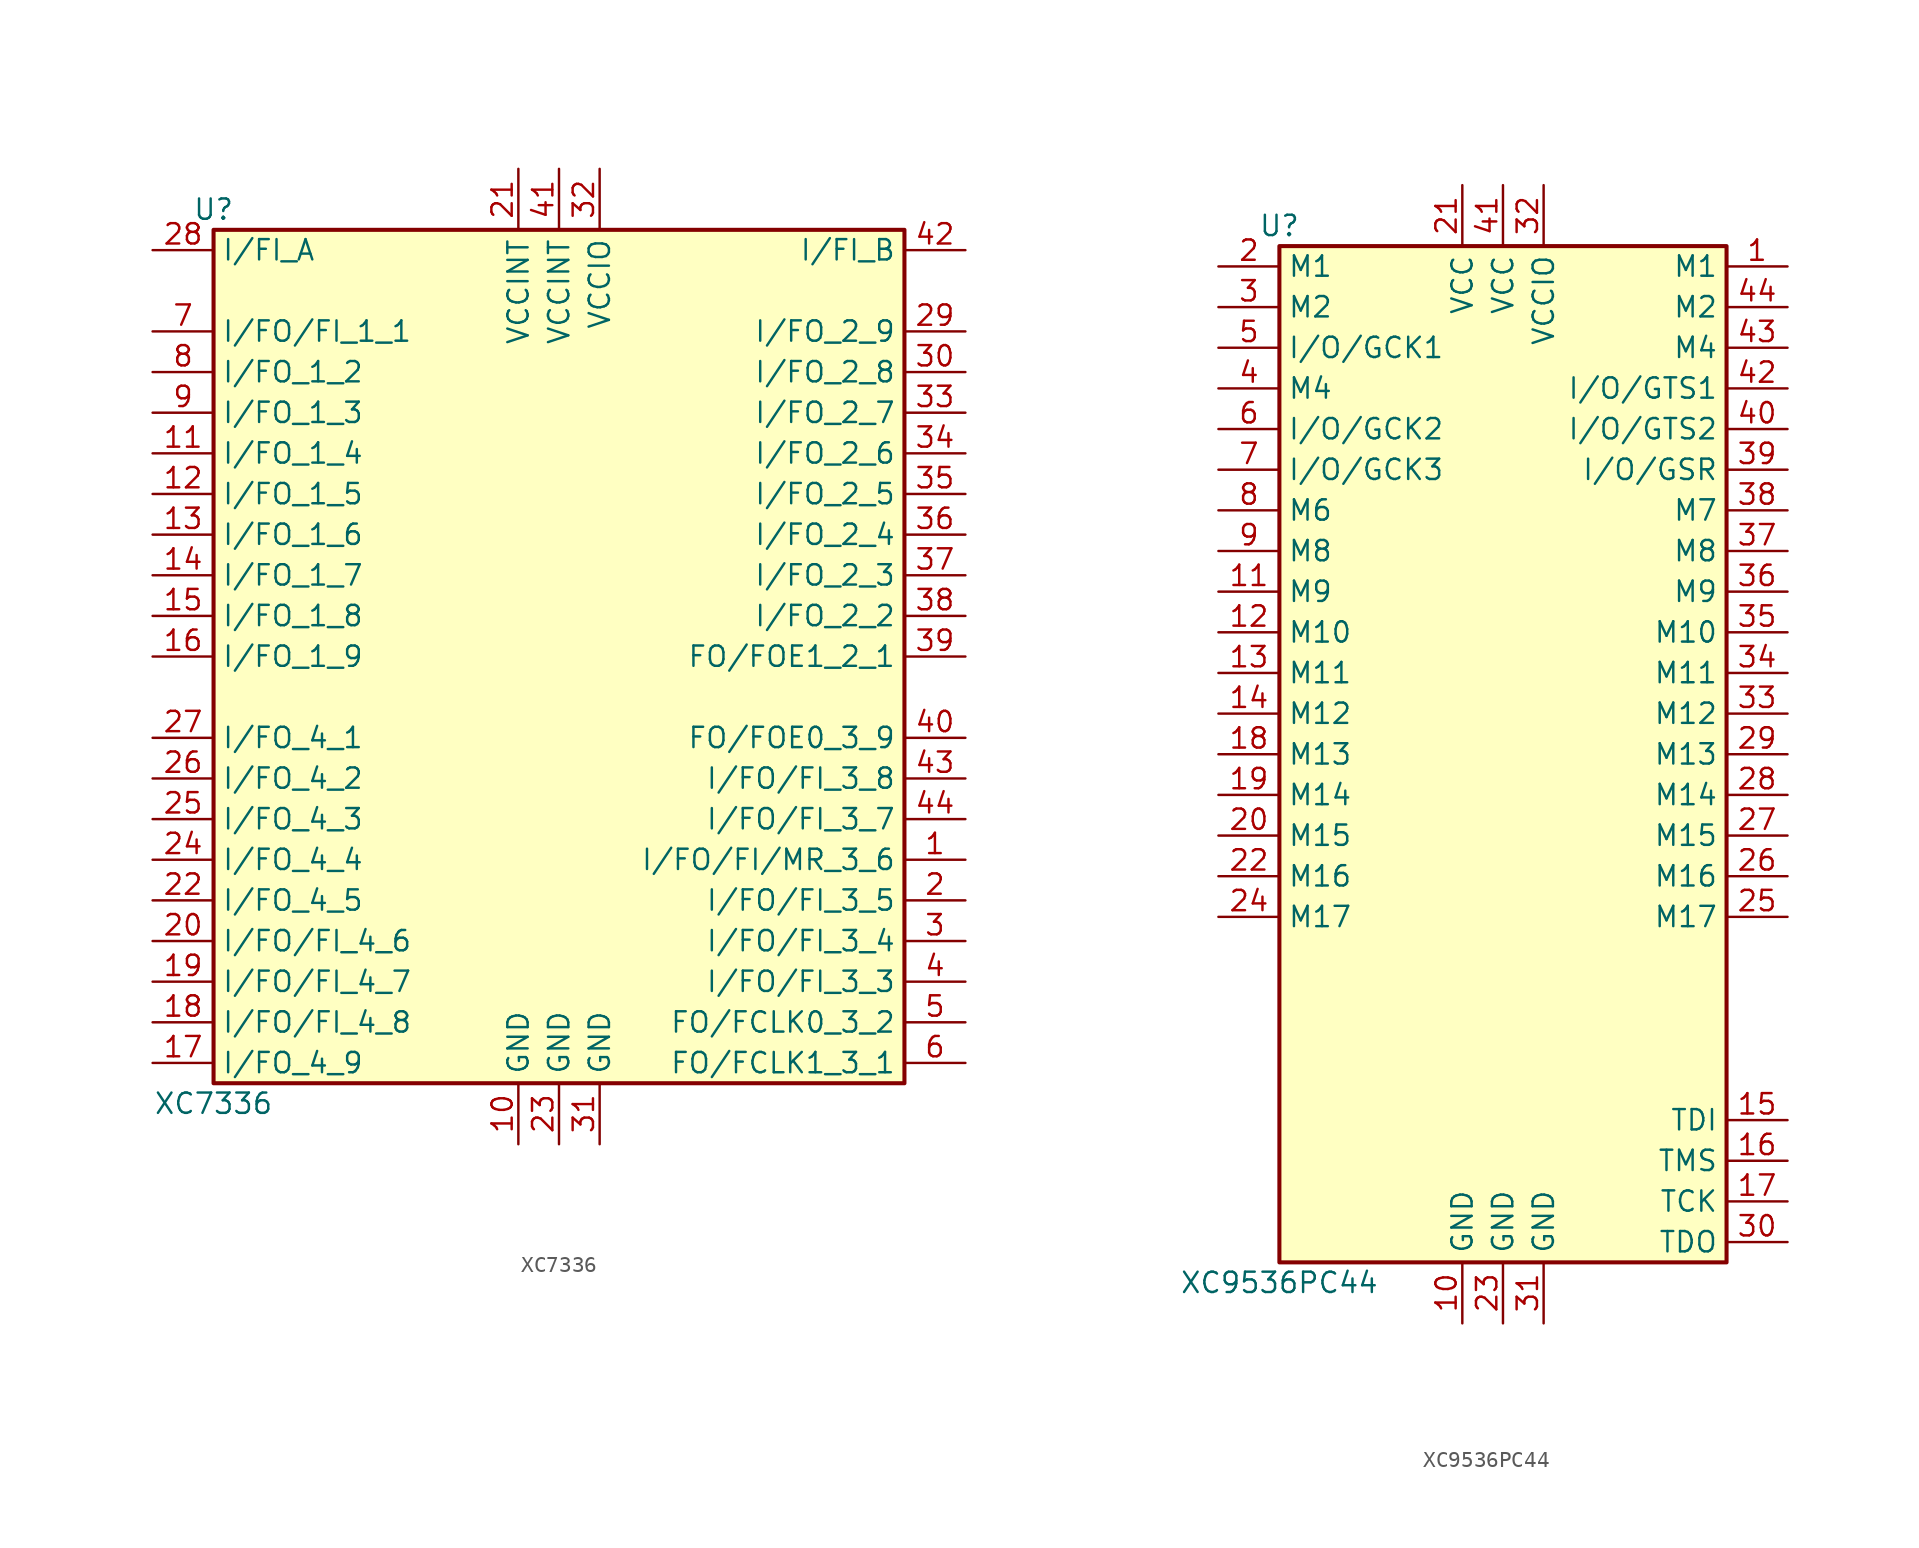
<source format=kicad_sym>
(kicad_symbol_lib
  (version 20201005)
  (generator kicad_symbol_editor)
  (symbol "CPLD_Xilinx:XC7336"
    (property "Reference" "U"
      (at -21.59 27.94 0)
      (effects (font (size 1.27 1.27))))
    (property "Value" "XC7336"
      (at -21.59 -27.94 0)
      (effects (font (size 1.27 1.27))))
    (symbol "XC7336_1_1"
      (rectangle (start -21.59 26.67) (end 21.59 -26.67) (stroke (width 0.254)) (fill (type background)))
      (pin bidirectional line (at 25.4 -12.7 180) (length 3.81) (name "I/FO/FI/MR_3_6" (effects (font (size 1.27 1.27)))) (number "1" (effects (font (size 1.27 1.27)))))
      (pin bidirectional line (at 25.4 -15.24 180) (length 3.81) (name "I/FO/FI_3_5" (effects (font (size 1.27 1.27)))) (number "2" (effects (font (size 1.27 1.27)))))
      (pin bidirectional line (at 25.4 -17.78 180) (length 3.81) (name "I/FO/FI_3_4" (effects (font (size 1.27 1.27)))) (number "3" (effects (font (size 1.27 1.27)))))
      (pin bidirectional line (at 25.4 -20.32 180) (length 3.81) (name "I/FO/FI_3_3" (effects (font (size 1.27 1.27)))) (number "4" (effects (font (size 1.27 1.27)))))
      (pin bidirectional line (at 25.4 -22.86 180) (length 3.81) (name "FO/FCLK0_3_2" (effects (font (size 1.27 1.27)))) (number "5" (effects (font (size 1.27 1.27)))))
      (pin bidirectional line (at 25.4 -25.4 180) (length 3.81) (name "FO/FCLK1_3_1" (effects (font (size 1.27 1.27)))) (number "6" (effects (font (size 1.27 1.27)))))
      (pin bidirectional line (at -25.4 20.32 0) (length 3.81) (name "I/FO/FI_1_1" (effects (font (size 1.27 1.27)))) (number "7" (effects (font (size 1.27 1.27)))))
      (pin bidirectional line (at -25.4 17.78 0) (length 3.81) (name "I/FO_1_2" (effects (font (size 1.27 1.27)))) (number "8" (effects (font (size 1.27 1.27)))))
      (pin bidirectional line (at -25.4 15.24 0) (length 3.81) (name "I/FO_1_3" (effects (font (size 1.27 1.27)))) (number "9" (effects (font (size 1.27 1.27)))))
      (pin power_in line (at -2.54 -30.48 90) (length 3.81) (name "GND" (effects (font (size 1.27 1.27)))) (number "10" (effects (font (size 1.27 1.27)))))
      (pin bidirectional line (at -25.4 -17.78 0) (length 3.81) (name "I/FO/FI_4_6" (effects (font (size 1.27 1.27)))) (number "20" (effects (font (size 1.27 1.27)))))
      (pin bidirectional line (at 25.4 17.78 180) (length 3.81) (name "I/FO_2_8" (effects (font (size 1.27 1.27)))) (number "30" (effects (font (size 1.27 1.27)))))
      (pin bidirectional line (at 25.4 -5.08 180) (length 3.81) (name "FO/FOE0_3_9" (effects (font (size 1.27 1.27)))) (number "40" (effects (font (size 1.27 1.27)))))
      (pin bidirectional line (at -25.4 12.7 0) (length 3.81) (name "I/FO_1_4" (effects (font (size 1.27 1.27)))) (number "11" (effects (font (size 1.27 1.27)))))
      (pin power_in line (at -2.54 30.48 270) (length 3.81) (name "VCCINT" (effects (font (size 1.27 1.27)))) (number "21" (effects (font (size 1.27 1.27)))))
      (pin power_in line (at 2.54 -30.48 90) (length 3.81) (name "GND" (effects (font (size 1.27 1.27)))) (number "31" (effects (font (size 1.27 1.27)))))
      (pin power_in line (at 0 30.48 270) (length 3.81) (name "VCCINT" (effects (font (size 1.27 1.27)))) (number "41" (effects (font (size 1.27 1.27)))))
      (pin bidirectional line (at -25.4 10.16 0) (length 3.81) (name "I/FO_1_5" (effects (font (size 1.27 1.27)))) (number "12" (effects (font (size 1.27 1.27)))))
      (pin bidirectional line (at -25.4 -15.24 0) (length 3.81) (name "I/FO_4_5" (effects (font (size 1.27 1.27)))) (number "22" (effects (font (size 1.27 1.27)))))
      (pin power_in line (at 2.54 30.48 270) (length 3.81) (name "VCCIO" (effects (font (size 1.27 1.27)))) (number "32" (effects (font (size 1.27 1.27)))))
      (pin bidirectional line (at 25.4 25.4 180) (length 3.81) (name "I/FI_B" (effects (font (size 1.27 1.27)))) (number "42" (effects (font (size 1.27 1.27)))))
      (pin bidirectional line (at -25.4 7.62 0) (length 3.81) (name "I/FO_1_6" (effects (font (size 1.27 1.27)))) (number "13" (effects (font (size 1.27 1.27)))))
      (pin power_in line (at 0 -30.48 90) (length 3.81) (name "GND" (effects (font (size 1.27 1.27)))) (number "23" (effects (font (size 1.27 1.27)))))
      (pin bidirectional line (at 25.4 15.24 180) (length 3.81) (name "I/FO_2_7" (effects (font (size 1.27 1.27)))) (number "33" (effects (font (size 1.27 1.27)))))
      (pin bidirectional line (at 25.4 -7.62 180) (length 3.81) (name "I/FO/FI_3_8" (effects (font (size 1.27 1.27)))) (number "43" (effects (font (size 1.27 1.27)))))
      (pin bidirectional line (at -25.4 5.08 0) (length 3.81) (name "I/FO_1_7" (effects (font (size 1.27 1.27)))) (number "14" (effects (font (size 1.27 1.27)))))
      (pin bidirectional line (at -25.4 -12.7 0) (length 3.81) (name "I/FO_4_4" (effects (font (size 1.27 1.27)))) (number "24" (effects (font (size 1.27 1.27)))))
      (pin bidirectional line (at 25.4 12.7 180) (length 3.81) (name "I/FO_2_6" (effects (font (size 1.27 1.27)))) (number "34" (effects (font (size 1.27 1.27)))))
      (pin bidirectional line (at 25.4 -10.16 180) (length 3.81) (name "I/FO/FI_3_7" (effects (font (size 1.27 1.27)))) (number "44" (effects (font (size 1.27 1.27)))))
      (pin bidirectional line (at -25.4 2.54 0) (length 3.81) (name "I/FO_1_8" (effects (font (size 1.27 1.27)))) (number "15" (effects (font (size 1.27 1.27)))))
      (pin bidirectional line (at -25.4 -10.16 0) (length 3.81) (name "I/FO_4_3" (effects (font (size 1.27 1.27)))) (number "25" (effects (font (size 1.27 1.27)))))
      (pin bidirectional line (at 25.4 10.16 180) (length 3.81) (name "I/FO_2_5" (effects (font (size 1.27 1.27)))) (number "35" (effects (font (size 1.27 1.27)))))
      (pin bidirectional line (at -25.4 0 0) (length 3.81) (name "I/FO_1_9" (effects (font (size 1.27 1.27)))) (number "16" (effects (font (size 1.27 1.27)))))
      (pin bidirectional line (at -25.4 -7.62 0) (length 3.81) (name "I/FO_4_2" (effects (font (size 1.27 1.27)))) (number "26" (effects (font (size 1.27 1.27)))))
      (pin bidirectional line (at 25.4 7.62 180) (length 3.81) (name "I/FO_2_4" (effects (font (size 1.27 1.27)))) (number "36" (effects (font (size 1.27 1.27)))))
      (pin bidirectional line (at -25.4 -25.4 0) (length 3.81) (name "I/FO_4_9" (effects (font (size 1.27 1.27)))) (number "17" (effects (font (size 1.27 1.27)))))
      (pin bidirectional line (at -25.4 -5.08 0) (length 3.81) (name "I/FO_4_1" (effects (font (size 1.27 1.27)))) (number "27" (effects (font (size 1.27 1.27)))))
      (pin bidirectional line (at 25.4 5.08 180) (length 3.81) (name "I/FO_2_3" (effects (font (size 1.27 1.27)))) (number "37" (effects (font (size 1.27 1.27)))))
      (pin bidirectional line (at -25.4 -22.86 0) (length 3.81) (name "I/FO/FI_4_8" (effects (font (size 1.27 1.27)))) (number "18" (effects (font (size 1.27 1.27)))))
      (pin bidirectional line (at -25.4 25.4 0) (length 3.81) (name "I/FI_A" (effects (font (size 1.27 1.27)))) (number "28" (effects (font (size 1.27 1.27)))))
      (pin bidirectional line (at 25.4 2.54 180) (length 3.81) (name "I/FO_2_2" (effects (font (size 1.27 1.27)))) (number "38" (effects (font (size 1.27 1.27)))))
      (pin bidirectional line (at -25.4 -20.32 0) (length 3.81) (name "I/FO/FI_4_7" (effects (font (size 1.27 1.27)))) (number "19" (effects (font (size 1.27 1.27)))))
      (pin bidirectional line (at 25.4 20.32 180) (length 3.81) (name "I/FO_2_9" (effects (font (size 1.27 1.27)))) (number "29" (effects (font (size 1.27 1.27)))))
      (pin bidirectional line (at 25.4 0 180) (length 3.81) (name "FO/FOE1_2_1" (effects (font (size 1.27 1.27)))) (number "39" (effects (font (size 1.27 1.27)))))))
  (symbol "CPLD_Xilinx:XC9536PC44"
    (property "Reference" "U"
      (at -13.97 33.02 0)
      (effects (font (size 1.27 1.27))))
    (property "Value" "XC9536PC44"
      (at -13.97 -33.02 0)
      (effects (font (size 1.27 1.27))))
    (symbol "XC9536PC44_1_1"
      (rectangle (start -13.97 31.75) (end 13.97 -31.75) (stroke (width 0.254)) (fill (type background)))
      (pin bidirectional line (at 17.78 30.48 180) (length 3.81) (name "M1" (effects (font (size 1.27 1.27)))) (number "1" (effects (font (size 1.27 1.27)))))
      (pin bidirectional line (at -17.78 30.48 0) (length 3.81) (name "M1" (effects (font (size 1.27 1.27)))) (number "2" (effects (font (size 1.27 1.27)))))
      (pin bidirectional line (at -17.78 27.94 0) (length 3.81) (name "M2" (effects (font (size 1.27 1.27)))) (number "3" (effects (font (size 1.27 1.27)))))
      (pin bidirectional line (at -17.78 22.86 0) (length 3.81) (name "M4" (effects (font (size 1.27 1.27)))) (number "4" (effects (font (size 1.27 1.27)))))
      (pin bidirectional line (at -17.78 25.4 0) (length 3.81) (name "I/O/GCK1" (effects (font (size 1.27 1.27)))) (number "5" (effects (font (size 1.27 1.27)))))
      (pin bidirectional line (at -17.78 20.32 0) (length 3.81) (name "I/O/GCK2" (effects (font (size 1.27 1.27)))) (number "6" (effects (font (size 1.27 1.27)))))
      (pin bidirectional line (at -17.78 17.78 0) (length 3.81) (name "I/O/GCK3" (effects (font (size 1.27 1.27)))) (number "7" (effects (font (size 1.27 1.27)))))
      (pin bidirectional line (at -17.78 15.24 0) (length 3.81) (name "M6" (effects (font (size 1.27 1.27)))) (number "8" (effects (font (size 1.27 1.27)))))
      (pin bidirectional line (at -17.78 12.7 0) (length 3.81) (name "M8" (effects (font (size 1.27 1.27)))) (number "9" (effects (font (size 1.27 1.27)))))
      (pin power_in line (at -2.54 -35.56 90) (length 3.81) (name "GND" (effects (font (size 1.27 1.27)))) (number "10" (effects (font (size 1.27 1.27)))))
      (pin bidirectional line (at -17.78 -5.08 0) (length 3.81) (name "M15" (effects (font (size 1.27 1.27)))) (number "20" (effects (font (size 1.27 1.27)))))
      (pin output line (at 17.78 -30.48 180) (length 3.81) (name "TDO" (effects (font (size 1.27 1.27)))) (number "30" (effects (font (size 1.27 1.27)))))
      (pin bidirectional line (at 17.78 20.32 180) (length 3.81) (name "I/O/GTS2" (effects (font (size 1.27 1.27)))) (number "40" (effects (font (size 1.27 1.27)))))
      (pin bidirectional line (at -17.78 10.16 0) (length 3.81) (name "M9" (effects (font (size 1.27 1.27)))) (number "11" (effects (font (size 1.27 1.27)))))
      (pin power_in line (at -2.54 35.56 270) (length 3.81) (name "VCC" (effects (font (size 1.27 1.27)))) (number "21" (effects (font (size 1.27 1.27)))))
      (pin power_in line (at 2.54 -35.56 90) (length 3.81) (name "GND" (effects (font (size 1.27 1.27)))) (number "31" (effects (font (size 1.27 1.27)))))
      (pin power_in line (at 0 35.56 270) (length 3.81) (name "VCC" (effects (font (size 1.27 1.27)))) (number "41" (effects (font (size 1.27 1.27)))))
      (pin bidirectional line (at -17.78 7.62 0) (length 3.81) (name "M10" (effects (font (size 1.27 1.27)))) (number "12" (effects (font (size 1.27 1.27)))))
      (pin bidirectional line (at -17.78 -7.62 0) (length 3.81) (name "M16" (effects (font (size 1.27 1.27)))) (number "22" (effects (font (size 1.27 1.27)))))
      (pin power_in line (at 2.54 35.56 270) (length 3.81) (name "VCCIO" (effects (font (size 1.27 1.27)))) (number "32" (effects (font (size 1.27 1.27)))))
      (pin bidirectional line (at 17.78 22.86 180) (length 3.81) (name "I/O/GTS1" (effects (font (size 1.27 1.27)))) (number "42" (effects (font (size 1.27 1.27)))))
      (pin bidirectional line (at -17.78 5.08 0) (length 3.81) (name "M11" (effects (font (size 1.27 1.27)))) (number "13" (effects (font (size 1.27 1.27)))))
      (pin power_in line (at 0 -35.56 90) (length 3.81) (name "GND" (effects (font (size 1.27 1.27)))) (number "23" (effects (font (size 1.27 1.27)))))
      (pin bidirectional line (at 17.78 2.54 180) (length 3.81) (name "M12" (effects (font (size 1.27 1.27)))) (number "33" (effects (font (size 1.27 1.27)))))
      (pin bidirectional line (at 17.78 25.4 180) (length 3.81) (name "M4" (effects (font (size 1.27 1.27)))) (number "43" (effects (font (size 1.27 1.27)))))
      (pin bidirectional line (at -17.78 2.54 0) (length 3.81) (name "M12" (effects (font (size 1.27 1.27)))) (number "14" (effects (font (size 1.27 1.27)))))
      (pin bidirectional line (at -17.78 -10.16 0) (length 3.81) (name "M17" (effects (font (size 1.27 1.27)))) (number "24" (effects (font (size 1.27 1.27)))))
      (pin bidirectional line (at 17.78 5.08 180) (length 3.81) (name "M11" (effects (font (size 1.27 1.27)))) (number "34" (effects (font (size 1.27 1.27)))))
      (pin bidirectional line (at 17.78 27.94 180) (length 3.81) (name "M2" (effects (font (size 1.27 1.27)))) (number "44" (effects (font (size 1.27 1.27)))))
      (pin input line (at 17.78 -22.86 180) (length 3.81) (name "TDI" (effects (font (size 1.27 1.27)))) (number "15" (effects (font (size 1.27 1.27)))))
      (pin bidirectional line (at 17.78 -10.16 180) (length 3.81) (name "M17" (effects (font (size 1.27 1.27)))) (number "25" (effects (font (size 1.27 1.27)))))
      (pin bidirectional line (at 17.78 7.62 180) (length 3.81) (name "M10" (effects (font (size 1.27 1.27)))) (number "35" (effects (font (size 1.27 1.27)))))
      (pin input line (at 17.78 -25.4 180) (length 3.81) (name "TMS" (effects (font (size 1.27 1.27)))) (number "16" (effects (font (size 1.27 1.27)))))
      (pin bidirectional line (at 17.78 -7.62 180) (length 3.81) (name "M16" (effects (font (size 1.27 1.27)))) (number "26" (effects (font (size 1.27 1.27)))))
      (pin bidirectional line (at 17.78 10.16 180) (length 3.81) (name "M9" (effects (font (size 1.27 1.27)))) (number "36" (effects (font (size 1.27 1.27)))))
      (pin input line (at 17.78 -27.94 180) (length 3.81) (name "TCK" (effects (font (size 1.27 1.27)))) (number "17" (effects (font (size 1.27 1.27)))))
      (pin bidirectional line (at 17.78 -5.08 180) (length 3.81) (name "M15" (effects (font (size 1.27 1.27)))) (number "27" (effects (font (size 1.27 1.27)))))
      (pin bidirectional line (at 17.78 12.7 180) (length 3.81) (name "M8" (effects (font (size 1.27 1.27)))) (number "37" (effects (font (size 1.27 1.27)))))
      (pin bidirectional line (at -17.78 0 0) (length 3.81) (name "M13" (effects (font (size 1.27 1.27)))) (number "18" (effects (font (size 1.27 1.27)))))
      (pin bidirectional line (at 17.78 -2.54 180) (length 3.81) (name "M14" (effects (font (size 1.27 1.27)))) (number "28" (effects (font (size 1.27 1.27)))))
      (pin bidirectional line (at 17.78 15.24 180) (length 3.81) (name "M7" (effects (font (size 1.27 1.27)))) (number "38" (effects (font (size 1.27 1.27)))))
      (pin bidirectional line (at -17.78 -2.54 0) (length 3.81) (name "M14" (effects (font (size 1.27 1.27)))) (number "19" (effects (font (size 1.27 1.27)))))
      (pin bidirectional line (at 17.78 0 180) (length 3.81) (name "M13" (effects (font (size 1.27 1.27)))) (number "29" (effects (font (size 1.27 1.27)))))
      (pin bidirectional line (at 17.78 17.78 180) (length 3.81) (name "I/O/GSR" (effects (font (size 1.27 1.27)))) (number "39" (effects (font (size 1.27 1.27))))))))
</source>
